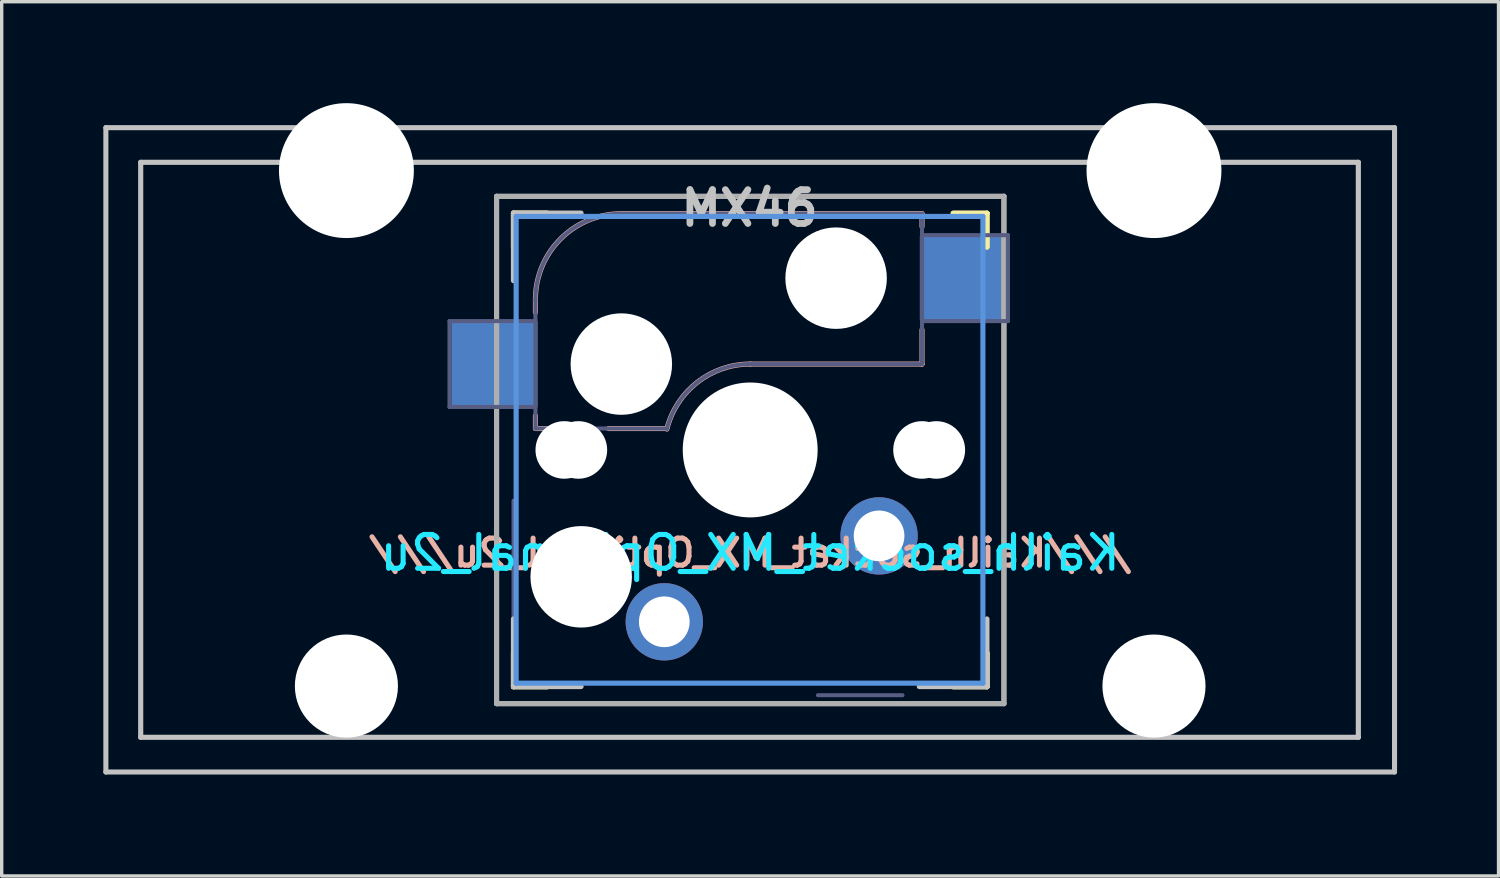
<source format=kicad_pcb>
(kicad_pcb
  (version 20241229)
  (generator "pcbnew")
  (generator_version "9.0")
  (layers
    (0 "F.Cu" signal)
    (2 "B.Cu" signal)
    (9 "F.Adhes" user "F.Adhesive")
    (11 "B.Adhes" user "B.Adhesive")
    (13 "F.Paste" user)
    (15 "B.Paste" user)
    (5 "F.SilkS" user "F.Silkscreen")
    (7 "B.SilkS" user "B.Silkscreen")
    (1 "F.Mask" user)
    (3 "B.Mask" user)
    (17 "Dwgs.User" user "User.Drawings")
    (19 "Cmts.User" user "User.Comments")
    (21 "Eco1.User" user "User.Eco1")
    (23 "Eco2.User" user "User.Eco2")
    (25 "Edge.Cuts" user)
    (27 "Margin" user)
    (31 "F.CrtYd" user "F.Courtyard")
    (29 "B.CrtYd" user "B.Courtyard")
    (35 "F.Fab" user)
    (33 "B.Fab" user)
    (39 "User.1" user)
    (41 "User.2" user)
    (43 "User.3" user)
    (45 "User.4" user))
  (footprint "Kailh_socket_MX_Optional_2u"
    (layer "F.Cu")
    (at 19.13 10.249)
    (property "Reference" "Kailh_socket_MX_Optional_2u" (at 0 3.048 180) (layer "B.CrtYd") (effects (font (size 1 1) (thickness 0.15)) (justify mirror)))
    (attr smd)
    (fp_line (start -7 -5.995) (end -7 -6.995) (stroke (width 0.15) (type solid)) (layer "F.SilkS"))
    (fp_line (start -7 7.005) (end -7 6.005) (stroke (width 0.15) (type solid)) (layer "F.SilkS"))
    (fp_line (start -7 7.005) (end -6 7.005) (stroke (width 0.15) (type solid)) (layer "F.SilkS"))
    (fp_line (start -6.997 -5.995) (end -6.997 -6.995) (stroke (width 0.15) (type solid)) (layer "F.SilkS"))
    (fp_line (start -6.997 7.005) (end -6.997 6.005) (stroke (width 0.15) (type solid)) (layer "F.SilkS"))
    (fp_line (start -6.997 7.005) (end -5.997 7.005) (stroke (width 0.15) (type solid)) (layer "F.SilkS"))
    (fp_line (start -6 -6.995) (end -7 -6.995) (stroke (width 0.15) (type solid)) (layer "F.SilkS"))
    (fp_line (start -5.997 -6.995) (end -6.997 -6.995) (stroke (width 0.15) (type solid)) (layer "F.SilkS"))
    (fp_line (start 6 7.005) (end 7 7.005) (stroke (width 0.15) (type solid)) (layer "F.SilkS"))
    (fp_line (start 6.003 7.005) (end 7.003 7.005) (stroke (width 0.15) (type solid)) (layer "F.SilkS"))
    (fp_line (start 7 -6.995) (end 6 -6.995) (stroke (width 0.15) (type solid)) (layer "F.SilkS"))
    (fp_line (start 7 -6.995) (end 7 -5.995) (stroke (width 0.15) (type solid)) (layer "F.SilkS"))
    (fp_line (start 7 6.005) (end 7 7.005) (stroke (width 0.15) (type solid)) (layer "F.SilkS"))
    (fp_line (start 7.003 -6.995) (end 6.003 -6.995) (stroke (width 0.15) (type solid)) (layer "F.SilkS"))
    (fp_line (start 7.003 -6.995) (end 7.003 -5.995) (stroke (width 0.15) (type solid)) (layer "F.SilkS"))
    (fp_line (start 7.003 6.005) (end 7.003 7.005) (stroke (width 0.15) (type solid)) (layer "F.SilkS"))
    (fp_line (start -6.997 5.604) (end -6.997 6.205) (stroke (width 0.15) (type solid)) (layer "B.SilkS"))
    (fp_line (start -6.35 -4.441) (end -6.35 -4.059) (stroke (width 0.15) (type solid)) (layer "B.SilkS"))
    (fp_line (start -6.35 -1.012) (end -6.35 -0.63) (stroke (width 0.15) (type solid)) (layer "B.SilkS"))
    (fp_line (start -6.35 -0.63) (end -5.969 -0.63) (stroke (width 0.15) (type solid)) (layer "B.SilkS"))
    (fp_line (start -4.191 -0.63) (end -2.54 -0.63) (stroke (width 0.15) (type solid)) (layer "B.SilkS"))
    (fp_line (start 0 -2.535) (end 5.08 -2.535) (stroke (width 0.15) (type solid)) (layer "B.SilkS"))
    (fp_line (start 5.08 -6.981) (end -3.81 -6.981) (stroke (width 0.15) (type solid)) (layer "B.SilkS"))
    (fp_line (start 5.08 -6.599) (end 5.08 -6.981) (stroke (width 0.15) (type solid)) (layer "B.SilkS"))
    (fp_line (start 5.08 -2.535) (end 5.08 -3.551) (stroke (width 0.15) (type solid)) (layer "B.SilkS"))
    (fp_arc (start -6.35 -4.4405) (mid -5.606051 -6.236551) (end -3.81 -6.9805) (stroke (width 0.15) (type solid)) (layer "B.SilkS"))
    (fp_arc (start -2.464162 -0.61154) (mid -1.563147 -1.997542) (end 0 -2.5355) (stroke (width 0.15) (type solid)) (layer "B.SilkS"))
    (fp_line (start -19.05 -9.525) (end 19.05 -9.525) (stroke (width 0.15) (type solid)) (layer "Dwgs.User"))
    (fp_line (start -19.05 9.525) (end -19.05 -9.525) (stroke (width 0.15) (type solid)) (layer "Dwgs.User"))
    (fp_line (start -18.02 -8.5) (end 17.98 -8.5) (stroke (width 0.152) (type solid)) (layer "Dwgs.User"))
    (fp_line (start -18.02 8.5) (end -18.02 -8.5) (stroke (width 0.152) (type solid)) (layer "Dwgs.User"))
    (fp_line (start -7 -7) (end -7 -5) (stroke (width 0.15) (type solid)) (layer "Dwgs.User"))
    (fp_line (start -7 5) (end -7 7) (stroke (width 0.15) (type solid)) (layer "Dwgs.User"))
    (fp_line (start -7 7) (end -5 7) (stroke (width 0.15) (type solid)) (layer "Dwgs.User"))
    (fp_line (start -5 -7) (end -7 -7) (stroke (width 0.15) (type solid)) (layer "Dwgs.User"))
    (fp_line (start 5 7) (end 7 7) (stroke (width 0.15) (type solid)) (layer "Dwgs.User"))
    (fp_line (start 7 7) (end 7 5) (stroke (width 0.15) (type solid)) (layer "Dwgs.User"))
    (fp_line (start 17.98 -8.5) (end 17.98 8.5) (stroke (width 0.152) (type solid)) (layer "Dwgs.User"))
    (fp_line (start 17.98 8.5) (end -18.02 8.5) (stroke (width 0.152) (type solid)) (layer "Dwgs.User"))
    (fp_line (start 19.05 -9.525) (end 19.05 9.525) (stroke (width 0.15) (type solid)) (layer "Dwgs.User"))
    (fp_line (start 19.05 9.525) (end -19.05 9.525) (stroke (width 0.15) (type solid)) (layer "Dwgs.User"))
    (fp_line (start -13.82 -8.45) (end -10.22 -8.45) (stroke (width 0.12) (type solid)) (layer "Cmts.User"))
    (fp_line (start -6.92 -6.9) (end 6.88 -6.9) (stroke (width 0.152) (type solid)) (layer "Cmts.User"))
    (fp_line (start -6.92 6.9) (end -6.92 -6.9) (stroke (width 0.152) (type solid)) (layer "Cmts.User"))
    (fp_line (start 6.88 -6.9) (end 6.88 6.9) (stroke (width 0.152) (type solid)) (layer "Cmts.User"))
    (fp_line (start 6.88 6.9) (end -6.92 6.9) (stroke (width 0.152) (type solid)) (layer "Cmts.User"))
    (fp_line (start 10.18 -8.45) (end 13.78 -8.45) (stroke (width 0.12) (type solid)) (layer "Cmts.User"))
    (fp_line (start -19.07 -9.525) (end -19.07 9.525) (stroke (width 0.12) (type solid)) (layer "Eco1.User"))
    (fp_line (start -19.07 -9.525) (end 19.03 -9.525) (stroke (width 0.12) (type solid)) (layer "Eco1.User"))
    (fp_line (start -19.07 9.525) (end 19.03 9.525) (stroke (width 0.12) (type solid)) (layer "Eco1.User"))
    (fp_line (start 19.03 -9.525) (end 19.03 9.525) (stroke (width 0.12) (type solid)) (layer "Eco1.User"))
    (fp_line (start -6.9 6.904) (end -6.9 -6.896) (stroke (width 0.15) (type solid)) (layer "Eco2.User"))
    (fp_line (start -6.9 6.904) (end 6.9 6.904) (stroke (width 0.15) (type solid)) (layer "Eco2.User"))
    (fp_line (start -6.897 6.904) (end -6.897 -6.896) (stroke (width 0.15) (type solid)) (layer "Eco2.User"))
    (fp_line (start -6.897 6.904) (end 6.903 6.904) (stroke (width 0.15) (type solid)) (layer "Eco2.User"))
    (fp_line (start 6.9 -6.896) (end -6.9 -6.896) (stroke (width 0.15) (type solid)) (layer "Eco2.User"))
    (fp_line (start 6.9 -6.896) (end 6.9 6.904) (stroke (width 0.15) (type solid)) (layer "Eco2.User"))
    (fp_line (start 6.903 -6.896) (end -6.897 -6.896) (stroke (width 0.15) (type solid)) (layer "Eco2.User"))
    (fp_line (start 6.903 -6.896) (end 6.903 6.904) (stroke (width 0.15) (type solid)) (layer "Eco2.User"))
    (fp_line (start -8.89 -3.805) (end -8.89 -1.266) (stroke (width 0.12) (type solid)) (layer "B.Fab"))
    (fp_line (start -8.89 -1.266) (end -6.35 -1.266) (stroke (width 0.12) (type solid)) (layer "B.Fab"))
    (fp_line (start -6.997 1.504) (end -6.997 6.205) (stroke (width 0.12) (type solid)) (layer "B.Fab"))
    (fp_line (start -6.35 -4.441) (end -6.35 -0.63) (stroke (width 0.12) (type solid)) (layer "B.Fab"))
    (fp_line (start -6.35 -3.805) (end -8.89 -3.805) (stroke (width 0.12) (type solid)) (layer "B.Fab"))
    (fp_line (start -6.35 -0.63) (end -2.54 -0.63) (stroke (width 0.12) (type solid)) (layer "B.Fab"))
    (fp_line (start 0 -2.535) (end 5.08 -2.535) (stroke (width 0.12) (type solid)) (layer "B.Fab"))
    (fp_line (start 4.503 7.255) (end 2.003 7.255) (stroke (width 0.12) (type solid)) (layer "B.Fab"))
    (fp_line (start 5.08 -6.981) (end -3.81 -6.981) (stroke (width 0.12) (type solid)) (layer "B.Fab"))
    (fp_line (start 5.08 -3.805) (end 7.62 -3.805) (stroke (width 0.12) (type solid)) (layer "B.Fab"))
    (fp_line (start 5.08 -2.535) (end 5.08 -6.981) (stroke (width 0.12) (type solid)) (layer "B.Fab"))
    (fp_line (start 7.62 -6.346) (end 5.08 -6.346) (stroke (width 0.12) (type solid)) (layer "B.Fab"))
    (fp_line (start 7.62 -3.805) (end 7.62 -6.346) (stroke (width 0.12) (type solid)) (layer "B.Fab"))
    (fp_arc (start -6.35 -4.4405) (mid -5.606051 -6.236551) (end -3.81 -6.9805) (stroke (width 0.12) (type solid)) (layer "B.Fab"))
    (fp_arc (start -2.464162 -0.61154) (mid -1.563147 -1.997542) (end 0 -2.5355) (stroke (width 0.12) (type solid)) (layer "B.Fab"))
    (fp_line (start -7.5 -7.495) (end 7.5 -7.495) (stroke (width 0.15) (type solid)) (layer "F.Fab"))
    (fp_line (start -7.5 7.505) (end -7.5 -7.495) (stroke (width 0.15) (type solid)) (layer "F.Fab"))
    (fp_line (start -7.497 -7.495) (end 7.503 -7.495) (stroke (width 0.15) (type solid)) (layer "F.Fab"))
    (fp_line (start -7.497 7.505) (end -7.497 -7.495) (stroke (width 0.15) (type solid)) (layer "F.Fab"))
    (fp_line (start 7.5 -7.495) (end 7.5 7.505) (stroke (width 0.15) (type solid)) (layer "F.Fab"))
    (fp_line (start 7.5 7.505) (end -7.5 7.505) (stroke (width 0.15) (type solid)) (layer "F.Fab"))
    (fp_line (start 7.503 -7.495) (end 7.503 7.505) (stroke (width 0.15) (type solid)) (layer "F.Fab"))
    (fp_line (start 7.503 7.505) (end -7.497 7.505) (stroke (width 0.15) (type solid)) (layer "F.Fab"))
    (fp_text user "///${REFERENCE}///" (at 0 3.048 180) (layer "B.SilkS") (effects (font (size 0.8 0.8) (thickness 0.15)) (justify mirror)))
    (fp_text user "MX46" (at -0.02 -7.144 180) (layer "Dwgs.User") (effects (font (size 1 1) (thickness 0.2))))
    (fp_text user "" (at -1.905 -5.075 0) (layer "B.Fab") (effects (font (size 1 1) (thickness 0.15)) (justify mirror)))
    (fp_text user "" (at -2.997 5.005 0) (layer "B.Fab") (effects (font (size 1 1) (thickness 0.15)) (justify mirror)))
    (fp_text user "" (at 0.003 0.004 0) (layer "F.Fab") (effects (font (size 1 1) (thickness 0.15))))
    (fp_text user "" (at 0 0.004 0) (layer "F.Fab") (effects (font (size 1 1) (thickness 0.15))))
    (pad "" np_thru_hole circle (at -11.938 -8.255) (size 3.988 3.988) (drill 3.988) (layers "*.Cu" "*.Mask"))
    (pad "" np_thru_hole circle (at -11.938 6.985) (size 3.048 3.048) (drill 3.048) (layers "*.Cu" "*.Mask"))
    (pad "" np_thru_hole circle (at -5.497 0.004 180) (size 1.702 1.702) (drill 1.702) (layers "*.Cu" "*.Mask"))
    (pad "" np_thru_hole circle (at -5.08 0.004 180) (size 1.702 1.702) (drill 1.702) (layers "*.Cu" "*.Mask"))
    (pad "" np_thru_hole circle (at -4.997 3.755 180) (size 3 3) (drill 3) (layers "*.Cu" "*.Mask"))
    (pad "" np_thru_hole circle (at -3.81 -2.535 180) (size 3 3) (drill 3) (layers "*.Cu" "*.Mask"))
    (pad "" np_thru_hole circle (at 0 0.004 180) (size 3.988 3.988) (drill 3.988) (layers "*.Cu" "*.Mask"))
    (pad "" np_thru_hole circle (at 2.54 -5.075 180) (size 3 3) (drill 3) (layers "*.Cu" "*.Mask"))
    (pad "" np_thru_hole circle (at 5.08 0.004 180) (size 1.702 1.702) (drill 1.702) (layers "*.Cu" "*.Mask"))
    (pad "" np_thru_hole circle (at 5.503 0.004 180) (size 1.702 1.702) (drill 1.702) (layers "*.Cu" "*.Mask"))
    (pad "" np_thru_hole circle (at 11.938 -8.255) (size 3.988 3.988) (drill 3.988) (layers "*.Cu" "*.Mask"))
    (pad "" np_thru_hole circle (at 11.938 6.985) (size 3.048 3.048) (drill 3.048) (layers "*.Cu" "*.Mask"))
    (pad "1" thru_hole circle (at 3.81 2.545 180) (size 2.286 2.286) (drill 1.499) (layers "*.Cu" "*.Mask"))
    (pad "1" smd rect (at 6.29 -5.075 180) (size 2.55 2.5) (layers "B.Cu" "B.Mask" "B.Paste"))
    (pad "2" smd rect (at -7.56 -2.535 180) (size 2.55 2.5) (layers "B.Cu" "B.Mask" "B.Paste"))
    (pad "2" thru_hole circle (at -2.54 5.085 180) (size 2.286 2.286) (drill 1.499) (layers "*.Cu" "*.Mask")))
  (gr_rect
    (start -3 -3)
    (end 41.255 22.849)
    (stroke (width 0.1) (type default))
    (fill no)
    (layer "Edge.Cuts")))
</source>
